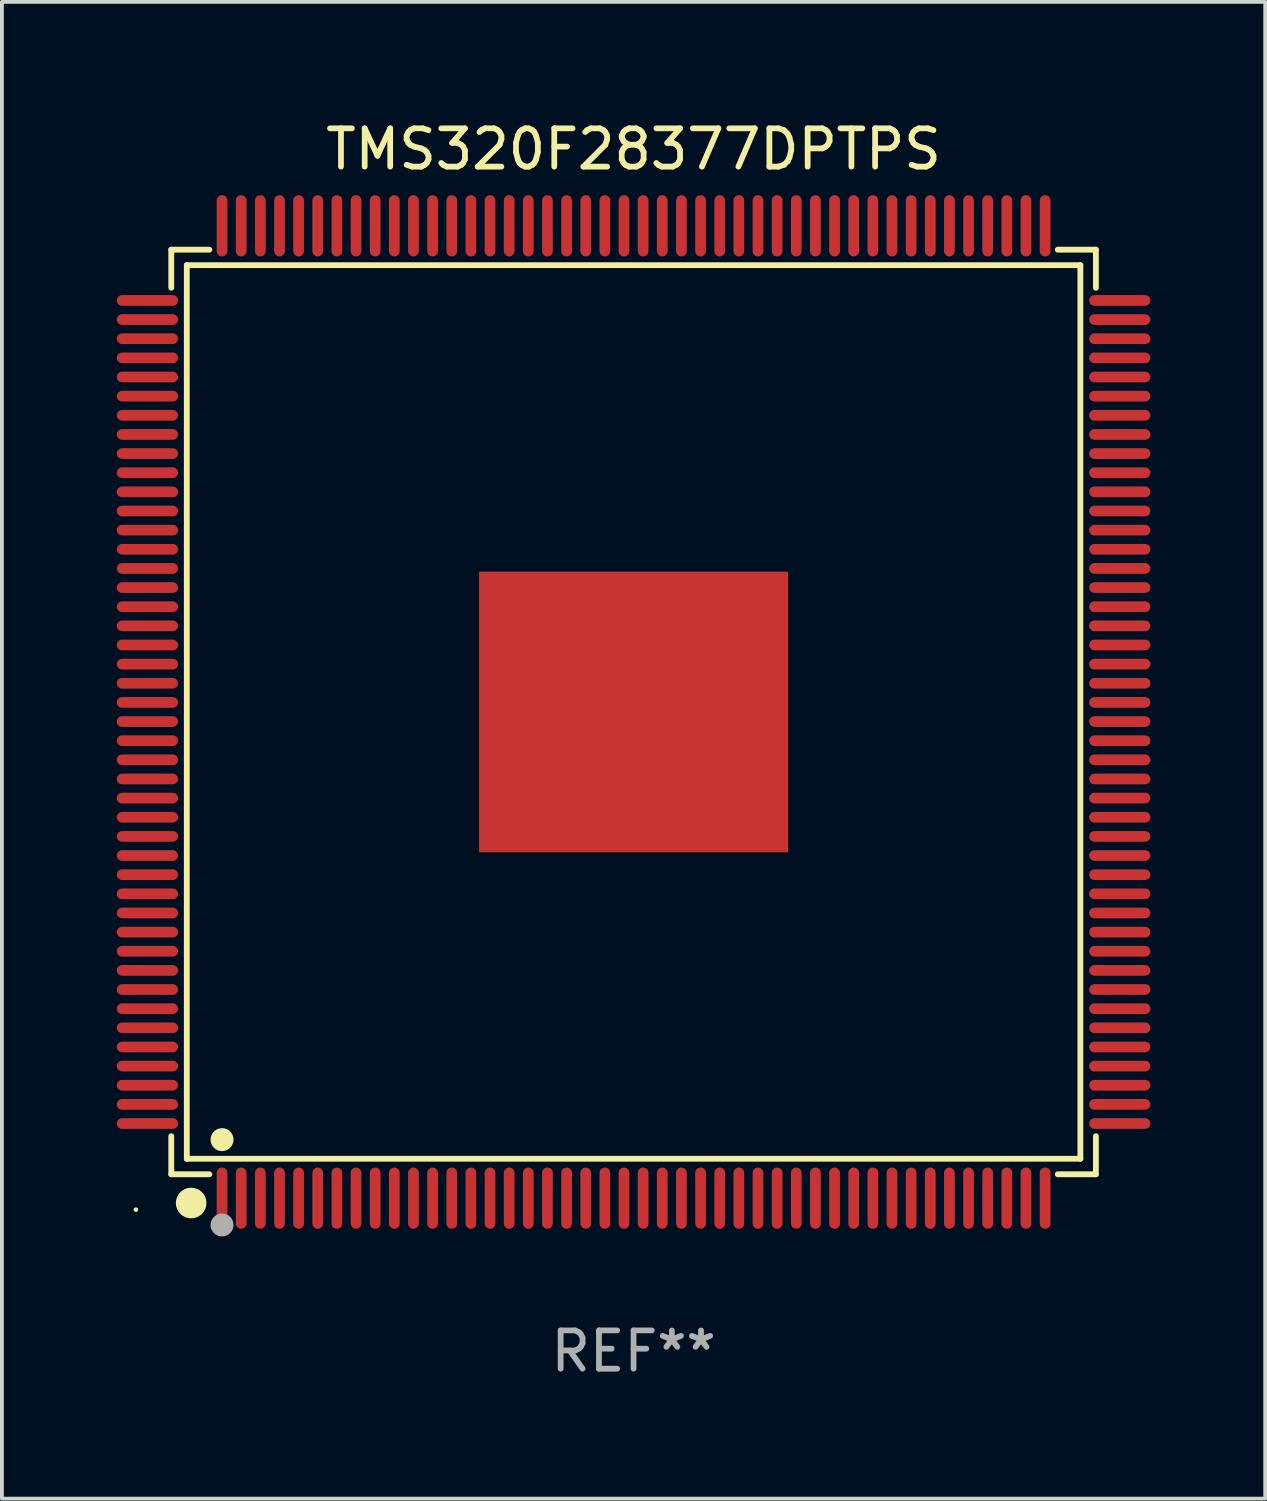
<source format=kicad_pcb>
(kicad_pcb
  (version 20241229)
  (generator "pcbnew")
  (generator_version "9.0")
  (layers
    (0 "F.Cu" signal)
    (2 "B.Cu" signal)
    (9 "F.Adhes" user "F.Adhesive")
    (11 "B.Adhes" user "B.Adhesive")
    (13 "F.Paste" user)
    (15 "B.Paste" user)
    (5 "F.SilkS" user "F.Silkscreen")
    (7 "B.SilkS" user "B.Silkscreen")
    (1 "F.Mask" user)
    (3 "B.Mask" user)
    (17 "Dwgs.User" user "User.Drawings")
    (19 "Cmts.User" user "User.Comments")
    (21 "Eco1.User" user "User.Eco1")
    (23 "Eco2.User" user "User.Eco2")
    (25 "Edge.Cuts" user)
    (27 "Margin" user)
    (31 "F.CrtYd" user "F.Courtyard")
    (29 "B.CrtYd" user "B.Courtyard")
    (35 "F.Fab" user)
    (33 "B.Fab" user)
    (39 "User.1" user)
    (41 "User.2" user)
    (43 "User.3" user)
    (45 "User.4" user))
  (footprint "TMS320F28377DPTPS"
    (layer "F.Cu")
    (at 13.5 15.548)
    (property "Reference" "TMS320F28377DPTPS" (at 0 -14.7 0) (layer "F.SilkS") (effects (font (size 1 1) (thickness 0.15))))
    (attr through_hole)
    (fp_line (start -12.076 -12.076) (end -11.081 -12.076) (stroke (width 0.152) (type solid)) (layer "F.SilkS"))
    (fp_line (start -12.076 -11.081) (end -12.076 -12.076) (stroke (width 0.152) (type solid)) (layer "F.SilkS"))
    (fp_line (start -12.076 11.081) (end -12.076 12.076) (stroke (width 0.152) (type solid)) (layer "F.SilkS"))
    (fp_line (start -12.076 12.076) (end -11.081 12.076) (stroke (width 0.152) (type solid)) (layer "F.SilkS"))
    (fp_line (start -11.671 -11.671) (end 11.671 -11.671) (stroke (width 0.152) (type solid)) (layer "F.SilkS"))
    (fp_line (start -11.671 11.671) (end -11.671 -11.671) (stroke (width 0.152) (type solid)) (layer "F.SilkS"))
    (fp_line (start 11.671 -11.671) (end 11.671 11.671) (stroke (width 0.152) (type solid)) (layer "F.SilkS"))
    (fp_line (start 11.671 11.671) (end -11.671 11.671) (stroke (width 0.152) (type solid)) (layer "F.SilkS"))
    (fp_line (start 12.076 -12.076) (end 11.081 -12.076) (stroke (width 0.152) (type solid)) (layer "F.SilkS"))
    (fp_line (start 12.076 -11.081) (end 12.076 -12.076) (stroke (width 0.152) (type solid)) (layer "F.SilkS"))
    (fp_line (start 12.076 11.081) (end 12.076 12.076) (stroke (width 0.152) (type solid)) (layer "F.SilkS"))
    (fp_line (start 12.076 12.076) (end 11.081 12.076) (stroke (width 0.152) (type solid)) (layer "F.SilkS"))
    (fp_circle (center -13 13) (end -12.97 13) (stroke (width 0.06) (type solid)) (fill no) (layer "F.SilkS"))
    (fp_circle (center -11.557 12.827) (end -11.357 12.827) (stroke (width 0.4) (type solid)) (fill no) (layer "F.SilkS"))
    (fp_circle (center -10.75 11.171) (end -10.6 11.171) (stroke (width 0.3) (type solid)) (fill no) (layer "F.SilkS"))
    (fp_circle (center -10.75 13.4) (end -10.6 13.4) (stroke (width 0.3) (type solid)) (fill no) (layer "F.Fab"))
    (fp_text user "REF**" (at 0 16.7 0) (layer "F.Fab") (effects (font (size 1 1) (thickness 0.15))))
    (pad "1" smd oval (at -10.75 12.7) (size 0.28 1.6) (layers "F.Cu" "F.Mask" "F.Paste"))
    (pad "2" smd oval (at -10.25 12.7) (size 0.28 1.6) (layers "F.Cu" "F.Mask" "F.Paste"))
    (pad "3" smd oval (at -9.75 12.7) (size 0.28 1.6) (layers "F.Cu" "F.Mask" "F.Paste"))
    (pad "4" smd oval (at -9.25 12.7) (size 0.28 1.6) (layers "F.Cu" "F.Mask" "F.Paste"))
    (pad "5" smd oval (at -8.75 12.7) (size 0.28 1.6) (layers "F.Cu" "F.Mask" "F.Paste"))
    (pad "6" smd oval (at -8.25 12.7) (size 0.28 1.6) (layers "F.Cu" "F.Mask" "F.Paste"))
    (pad "7" smd oval (at -7.75 12.7) (size 0.28 1.6) (layers "F.Cu" "F.Mask" "F.Paste"))
    (pad "8" smd oval (at -7.25 12.7) (size 0.28 1.6) (layers "F.Cu" "F.Mask" "F.Paste"))
    (pad "9" smd oval (at -6.75 12.7) (size 0.28 1.6) (layers "F.Cu" "F.Mask" "F.Paste"))
    (pad "10" smd oval (at -6.25 12.7) (size 0.28 1.6) (layers "F.Cu" "F.Mask" "F.Paste"))
    (pad "11" smd oval (at -5.75 12.7) (size 0.28 1.6) (layers "F.Cu" "F.Mask" "F.Paste"))
    (pad "12" smd oval (at -5.25 12.7) (size 0.28 1.6) (layers "F.Cu" "F.Mask" "F.Paste"))
    (pad "13" smd oval (at -4.75 12.7) (size 0.28 1.6) (layers "F.Cu" "F.Mask" "F.Paste"))
    (pad "14" smd oval (at -4.25 12.7) (size 0.28 1.6) (layers "F.Cu" "F.Mask" "F.Paste"))
    (pad "15" smd oval (at -3.75 12.7) (size 0.28 1.6) (layers "F.Cu" "F.Mask" "F.Paste"))
    (pad "16" smd oval (at -3.25 12.7) (size 0.28 1.6) (layers "F.Cu" "F.Mask" "F.Paste"))
    (pad "17" smd oval (at -2.75 12.7) (size 0.28 1.6) (layers "F.Cu" "F.Mask" "F.Paste"))
    (pad "18" smd oval (at -2.25 12.7) (size 0.28 1.6) (layers "F.Cu" "F.Mask" "F.Paste"))
    (pad "19" smd oval (at -1.75 12.7) (size 0.28 1.6) (layers "F.Cu" "F.Mask" "F.Paste"))
    (pad "20" smd oval (at -1.25 12.7) (size 0.28 1.6) (layers "F.Cu" "F.Mask" "F.Paste"))
    (pad "21" smd oval (at -0.75 12.7) (size 0.28 1.6) (layers "F.Cu" "F.Mask" "F.Paste"))
    (pad "22" smd oval (at -0.25 12.7) (size 0.28 1.6) (layers "F.Cu" "F.Mask" "F.Paste"))
    (pad "23" smd oval (at 0.25 12.7) (size 0.28 1.6) (layers "F.Cu" "F.Mask" "F.Paste"))
    (pad "24" smd oval (at 0.75 12.7) (size 0.28 1.6) (layers "F.Cu" "F.Mask" "F.Paste"))
    (pad "25" smd oval (at 1.25 12.7) (size 0.28 1.6) (layers "F.Cu" "F.Mask" "F.Paste"))
    (pad "26" smd oval (at 1.75 12.7) (size 0.28 1.6) (layers "F.Cu" "F.Mask" "F.Paste"))
    (pad "27" smd oval (at 2.25 12.7) (size 0.28 1.6) (layers "F.Cu" "F.Mask" "F.Paste"))
    (pad "28" smd oval (at 2.75 12.7) (size 0.28 1.6) (layers "F.Cu" "F.Mask" "F.Paste"))
    (pad "29" smd oval (at 3.25 12.7) (size 0.28 1.6) (layers "F.Cu" "F.Mask" "F.Paste"))
    (pad "30" smd oval (at 3.75 12.7) (size 0.28 1.6) (layers "F.Cu" "F.Mask" "F.Paste"))
    (pad "31" smd oval (at 4.25 12.7) (size 0.28 1.6) (layers "F.Cu" "F.Mask" "F.Paste"))
    (pad "32" smd oval (at 4.75 12.7) (size 0.28 1.6) (layers "F.Cu" "F.Mask" "F.Paste"))
    (pad "33" smd oval (at 5.25 12.7) (size 0.28 1.6) (layers "F.Cu" "F.Mask" "F.Paste"))
    (pad "34" smd oval (at 5.75 12.7) (size 0.28 1.6) (layers "F.Cu" "F.Mask" "F.Paste"))
    (pad "35" smd oval (at 6.25 12.7) (size 0.28 1.6) (layers "F.Cu" "F.Mask" "F.Paste"))
    (pad "36" smd oval (at 6.75 12.7) (size 0.28 1.6) (layers "F.Cu" "F.Mask" "F.Paste"))
    (pad "37" smd oval (at 7.25 12.7) (size 0.28 1.6) (layers "F.Cu" "F.Mask" "F.Paste"))
    (pad "38" smd oval (at 7.75 12.7) (size 0.28 1.6) (layers "F.Cu" "F.Mask" "F.Paste"))
    (pad "39" smd oval (at 8.25 12.7) (size 0.28 1.6) (layers "F.Cu" "F.Mask" "F.Paste"))
    (pad "40" smd oval (at 8.75 12.7) (size 0.28 1.6) (layers "F.Cu" "F.Mask" "F.Paste"))
    (pad "41" smd oval (at 9.25 12.7) (size 0.28 1.6) (layers "F.Cu" "F.Mask" "F.Paste"))
    (pad "42" smd oval (at 9.75 12.7) (size 0.28 1.6) (layers "F.Cu" "F.Mask" "F.Paste"))
    (pad "43" smd oval (at 10.25 12.7) (size 0.28 1.6) (layers "F.Cu" "F.Mask" "F.Paste"))
    (pad "44" smd oval (at 10.75 12.7) (size 0.28 1.6) (layers "F.Cu" "F.Mask" "F.Paste"))
    (pad "45" smd oval (at 12.7 10.75) (size 1.6 0.28) (layers "F.Cu" "F.Mask" "F.Paste"))
    (pad "46" smd oval (at 12.7 10.25) (size 1.6 0.28) (layers "F.Cu" "F.Mask" "F.Paste"))
    (pad "47" smd oval (at 12.7 9.75) (size 1.6 0.28) (layers "F.Cu" "F.Mask" "F.Paste"))
    (pad "48" smd oval (at 12.7 9.25) (size 1.6 0.28) (layers "F.Cu" "F.Mask" "F.Paste"))
    (pad "49" smd oval (at 12.7 8.75) (size 1.6 0.28) (layers "F.Cu" "F.Mask" "F.Paste"))
    (pad "50" smd oval (at 12.7 8.25) (size 1.6 0.28) (layers "F.Cu" "F.Mask" "F.Paste"))
    (pad "51" smd oval (at 12.7 7.75) (size 1.6 0.28) (layers "F.Cu" "F.Mask" "F.Paste"))
    (pad "52" smd oval (at 12.7 7.25) (size 1.6 0.28) (layers "F.Cu" "F.Mask" "F.Paste"))
    (pad "53" smd oval (at 12.7 6.75) (size 1.6 0.28) (layers "F.Cu" "F.Mask" "F.Paste"))
    (pad "54" smd oval (at 12.7 6.25) (size 1.6 0.28) (layers "F.Cu" "F.Mask" "F.Paste"))
    (pad "55" smd oval (at 12.7 5.75) (size 1.6 0.28) (layers "F.Cu" "F.Mask" "F.Paste"))
    (pad "56" smd oval (at 12.7 5.25) (size 1.6 0.28) (layers "F.Cu" "F.Mask" "F.Paste"))
    (pad "57" smd oval (at 12.7 4.75) (size 1.6 0.28) (layers "F.Cu" "F.Mask" "F.Paste"))
    (pad "58" smd oval (at 12.7 4.25) (size 1.6 0.28) (layers "F.Cu" "F.Mask" "F.Paste"))
    (pad "59" smd oval (at 12.7 3.75) (size 1.6 0.28) (layers "F.Cu" "F.Mask" "F.Paste"))
    (pad "60" smd oval (at 12.7 3.25) (size 1.6 0.28) (layers "F.Cu" "F.Mask" "F.Paste"))
    (pad "61" smd oval (at 12.7 2.75) (size 1.6 0.28) (layers "F.Cu" "F.Mask" "F.Paste"))
    (pad "62" smd oval (at 12.7 2.25) (size 1.6 0.28) (layers "F.Cu" "F.Mask" "F.Paste"))
    (pad "63" smd oval (at 12.7 1.75) (size 1.6 0.28) (layers "F.Cu" "F.Mask" "F.Paste"))
    (pad "64" smd oval (at 12.7 1.25) (size 1.6 0.28) (layers "F.Cu" "F.Mask" "F.Paste"))
    (pad "65" smd oval (at 12.7 0.75) (size 1.6 0.28) (layers "F.Cu" "F.Mask" "F.Paste"))
    (pad "66" smd oval (at 12.7 0.25) (size 1.6 0.28) (layers "F.Cu" "F.Mask" "F.Paste"))
    (pad "67" smd oval (at 12.7 -0.25) (size 1.6 0.28) (layers "F.Cu" "F.Mask" "F.Paste"))
    (pad "68" smd oval (at 12.7 -0.75) (size 1.6 0.28) (layers "F.Cu" "F.Mask" "F.Paste"))
    (pad "69" smd oval (at 12.7 -1.25) (size 1.6 0.28) (layers "F.Cu" "F.Mask" "F.Paste"))
    (pad "70" smd oval (at 12.7 -1.75) (size 1.6 0.28) (layers "F.Cu" "F.Mask" "F.Paste"))
    (pad "71" smd oval (at 12.7 -2.25) (size 1.6 0.28) (layers "F.Cu" "F.Mask" "F.Paste"))
    (pad "72" smd oval (at 12.7 -2.75) (size 1.6 0.28) (layers "F.Cu" "F.Mask" "F.Paste"))
    (pad "73" smd oval (at 12.7 -3.25) (size 1.6 0.28) (layers "F.Cu" "F.Mask" "F.Paste"))
    (pad "74" smd oval (at 12.7 -3.75) (size 1.6 0.28) (layers "F.Cu" "F.Mask" "F.Paste"))
    (pad "75" smd oval (at 12.7 -4.25) (size 1.6 0.28) (layers "F.Cu" "F.Mask" "F.Paste"))
    (pad "76" smd oval (at 12.7 -4.75) (size 1.6 0.28) (layers "F.Cu" "F.Mask" "F.Paste"))
    (pad "77" smd oval (at 12.7 -5.25) (size 1.6 0.28) (layers "F.Cu" "F.Mask" "F.Paste"))
    (pad "78" smd oval (at 12.7 -5.75) (size 1.6 0.28) (layers "F.Cu" "F.Mask" "F.Paste"))
    (pad "79" smd oval (at 12.7 -6.25) (size 1.6 0.28) (layers "F.Cu" "F.Mask" "F.Paste"))
    (pad "80" smd oval (at 12.7 -6.75) (size 1.6 0.28) (layers "F.Cu" "F.Mask" "F.Paste"))
    (pad "81" smd oval (at 12.7 -7.25) (size 1.6 0.28) (layers "F.Cu" "F.Mask" "F.Paste"))
    (pad "82" smd oval (at 12.7 -7.75) (size 1.6 0.28) (layers "F.Cu" "F.Mask" "F.Paste"))
    (pad "83" smd oval (at 12.7 -8.25) (size 1.6 0.28) (layers "F.Cu" "F.Mask" "F.Paste"))
    (pad "84" smd oval (at 12.7 -8.75) (size 1.6 0.28) (layers "F.Cu" "F.Mask" "F.Paste"))
    (pad "85" smd oval (at 12.7 -9.25) (size 1.6 0.28) (layers "F.Cu" "F.Mask" "F.Paste"))
    (pad "86" smd oval (at 12.7 -9.75) (size 1.6 0.28) (layers "F.Cu" "F.Mask" "F.Paste"))
    (pad "87" smd oval (at 12.7 -10.25) (size 1.6 0.28) (layers "F.Cu" "F.Mask" "F.Paste"))
    (pad "88" smd oval (at 12.7 -10.75) (size 1.6 0.28) (layers "F.Cu" "F.Mask" "F.Paste"))
    (pad "89" smd oval (at 10.75 -12.7) (size 0.28 1.6) (layers "F.Cu" "F.Mask" "F.Paste"))
    (pad "90" smd oval (at 10.25 -12.7) (size 0.28 1.6) (layers "F.Cu" "F.Mask" "F.Paste"))
    (pad "91" smd oval (at 9.75 -12.7) (size 0.28 1.6) (layers "F.Cu" "F.Mask" "F.Paste"))
    (pad "92" smd oval (at 9.25 -12.7) (size 0.28 1.6) (layers "F.Cu" "F.Mask" "F.Paste"))
    (pad "93" smd oval (at 8.75 -12.7) (size 0.28 1.6) (layers "F.Cu" "F.Mask" "F.Paste"))
    (pad "94" smd oval (at 8.25 -12.7) (size 0.28 1.6) (layers "F.Cu" "F.Mask" "F.Paste"))
    (pad "95" smd oval (at 7.75 -12.7) (size 0.28 1.6) (layers "F.Cu" "F.Mask" "F.Paste"))
    (pad "96" smd oval (at 7.25 -12.7) (size 0.28 1.6) (layers "F.Cu" "F.Mask" "F.Paste"))
    (pad "97" smd oval (at 6.75 -12.7) (size 0.28 1.6) (layers "F.Cu" "F.Mask" "F.Paste"))
    (pad "98" smd oval (at 6.25 -12.7) (size 0.28 1.6) (layers "F.Cu" "F.Mask" "F.Paste"))
    (pad "99" smd oval (at 5.75 -12.7) (size 0.28 1.6) (layers "F.Cu" "F.Mask" "F.Paste"))
    (pad "100" smd oval (at 5.25 -12.7) (size 0.28 1.6) (layers "F.Cu" "F.Mask" "F.Paste"))
    (pad "101" smd oval (at 4.75 -12.7) (size 0.28 1.6) (layers "F.Cu" "F.Mask" "F.Paste"))
    (pad "102" smd oval (at 4.25 -12.7) (size 0.28 1.6) (layers "F.Cu" "F.Mask" "F.Paste"))
    (pad "103" smd oval (at 3.75 -12.7) (size 0.28 1.6) (layers "F.Cu" "F.Mask" "F.Paste"))
    (pad "104" smd oval (at 3.25 -12.7) (size 0.28 1.6) (layers "F.Cu" "F.Mask" "F.Paste"))
    (pad "105" smd oval (at 2.75 -12.7) (size 0.28 1.6) (layers "F.Cu" "F.Mask" "F.Paste"))
    (pad "106" smd oval (at 2.25 -12.7) (size 0.28 1.6) (layers "F.Cu" "F.Mask" "F.Paste"))
    (pad "107" smd oval (at 1.75 -12.7) (size 0.28 1.6) (layers "F.Cu" "F.Mask" "F.Paste"))
    (pad "108" smd oval (at 1.25 -12.7) (size 0.28 1.6) (layers "F.Cu" "F.Mask" "F.Paste"))
    (pad "109" smd oval (at 0.75 -12.7) (size 0.28 1.6) (layers "F.Cu" "F.Mask" "F.Paste"))
    (pad "110" smd oval (at 0.25 -12.7) (size 0.28 1.6) (layers "F.Cu" "F.Mask" "F.Paste"))
    (pad "111" smd oval (at -0.25 -12.7) (size 0.28 1.6) (layers "F.Cu" "F.Mask" "F.Paste"))
    (pad "112" smd oval (at -0.75 -12.7) (size 0.28 1.6) (layers "F.Cu" "F.Mask" "F.Paste"))
    (pad "113" smd oval (at -1.25 -12.7) (size 0.28 1.6) (layers "F.Cu" "F.Mask" "F.Paste"))
    (pad "114" smd oval (at -1.75 -12.7) (size 0.28 1.6) (layers "F.Cu" "F.Mask" "F.Paste"))
    (pad "115" smd oval (at -2.25 -12.7) (size 0.28 1.6) (layers "F.Cu" "F.Mask" "F.Paste"))
    (pad "116" smd oval (at -2.75 -12.7) (size 0.28 1.6) (layers "F.Cu" "F.Mask" "F.Paste"))
    (pad "117" smd oval (at -3.25 -12.7) (size 0.28 1.6) (layers "F.Cu" "F.Mask" "F.Paste"))
    (pad "118" smd oval (at -3.75 -12.7) (size 0.28 1.6) (layers "F.Cu" "F.Mask" "F.Paste"))
    (pad "119" smd oval (at -4.25 -12.7) (size 0.28 1.6) (layers "F.Cu" "F.Mask" "F.Paste"))
    (pad "120" smd oval (at -4.75 -12.7) (size 0.28 1.6) (layers "F.Cu" "F.Mask" "F.Paste"))
    (pad "121" smd oval (at -5.25 -12.7) (size 0.28 1.6) (layers "F.Cu" "F.Mask" "F.Paste"))
    (pad "122" smd oval (at -5.75 -12.7) (size 0.28 1.6) (layers "F.Cu" "F.Mask" "F.Paste"))
    (pad "123" smd oval (at -6.25 -12.7) (size 0.28 1.6) (layers "F.Cu" "F.Mask" "F.Paste"))
    (pad "124" smd oval (at -6.75 -12.7) (size 0.28 1.6) (layers "F.Cu" "F.Mask" "F.Paste"))
    (pad "125" smd oval (at -7.25 -12.7) (size 0.28 1.6) (layers "F.Cu" "F.Mask" "F.Paste"))
    (pad "126" smd oval (at -7.75 -12.7) (size 0.28 1.6) (layers "F.Cu" "F.Mask" "F.Paste"))
    (pad "127" smd oval (at -8.25 -12.7) (size 0.28 1.6) (layers "F.Cu" "F.Mask" "F.Paste"))
    (pad "128" smd oval (at -8.75 -12.7) (size 0.28 1.6) (layers "F.Cu" "F.Mask" "F.Paste"))
    (pad "129" smd oval (at -9.25 -12.7) (size 0.28 1.6) (layers "F.Cu" "F.Mask" "F.Paste"))
    (pad "130" smd oval (at -9.75 -12.7) (size 0.28 1.6) (layers "F.Cu" "F.Mask" "F.Paste"))
    (pad "131" smd oval (at -10.25 -12.7) (size 0.28 1.6) (layers "F.Cu" "F.Mask" "F.Paste"))
    (pad "132" smd oval (at -10.75 -12.7) (size 0.28 1.6) (layers "F.Cu" "F.Mask" "F.Paste"))
    (pad "133" smd oval (at -12.7 -10.75) (size 1.6 0.28) (layers "F.Cu" "F.Mask" "F.Paste"))
    (pad "134" smd oval (at -12.7 -10.25) (size 1.6 0.28) (layers "F.Cu" "F.Mask" "F.Paste"))
    (pad "135" smd oval (at -12.7 -9.75) (size 1.6 0.28) (layers "F.Cu" "F.Mask" "F.Paste"))
    (pad "136" smd oval (at -12.7 -9.25) (size 1.6 0.28) (layers "F.Cu" "F.Mask" "F.Paste"))
    (pad "137" smd oval (at -12.7 -8.75) (size 1.6 0.28) (layers "F.Cu" "F.Mask" "F.Paste"))
    (pad "138" smd oval (at -12.7 -8.25) (size 1.6 0.28) (layers "F.Cu" "F.Mask" "F.Paste"))
    (pad "139" smd oval (at -12.7 -7.75) (size 1.6 0.28) (layers "F.Cu" "F.Mask" "F.Paste"))
    (pad "140" smd oval (at -12.7 -7.25) (size 1.6 0.28) (layers "F.Cu" "F.Mask" "F.Paste"))
    (pad "141" smd oval (at -12.7 -6.75) (size 1.6 0.28) (layers "F.Cu" "F.Mask" "F.Paste"))
    (pad "142" smd oval (at -12.7 -6.25) (size 1.6 0.28) (layers "F.Cu" "F.Mask" "F.Paste"))
    (pad "143" smd oval (at -12.7 -5.75) (size 1.6 0.28) (layers "F.Cu" "F.Mask" "F.Paste"))
    (pad "144" smd oval (at -12.7 -5.25) (size 1.6 0.28) (layers "F.Cu" "F.Mask" "F.Paste"))
    (pad "145" smd oval (at -12.7 -4.75) (size 1.6 0.28) (layers "F.Cu" "F.Mask" "F.Paste"))
    (pad "146" smd oval (at -12.7 -4.25) (size 1.6 0.28) (layers "F.Cu" "F.Mask" "F.Paste"))
    (pad "147" smd oval (at -12.7 -3.75) (size 1.6 0.28) (layers "F.Cu" "F.Mask" "F.Paste"))
    (pad "148" smd oval (at -12.7 -3.25) (size 1.6 0.28) (layers "F.Cu" "F.Mask" "F.Paste"))
    (pad "149" smd oval (at -12.7 -2.75) (size 1.6 0.28) (layers "F.Cu" "F.Mask" "F.Paste"))
    (pad "150" smd oval (at -12.7 -2.25) (size 1.6 0.28) (layers "F.Cu" "F.Mask" "F.Paste"))
    (pad "151" smd oval (at -12.7 -1.75) (size 1.6 0.28) (layers "F.Cu" "F.Mask" "F.Paste"))
    (pad "152" smd oval (at -12.7 -1.25) (size 1.6 0.28) (layers "F.Cu" "F.Mask" "F.Paste"))
    (pad "153" smd oval (at -12.7 -0.75) (size 1.6 0.28) (layers "F.Cu" "F.Mask" "F.Paste"))
    (pad "154" smd oval (at -12.7 -0.25) (size 1.6 0.28) (layers "F.Cu" "F.Mask" "F.Paste"))
    (pad "155" smd oval (at -12.7 0.25) (size 1.6 0.28) (layers "F.Cu" "F.Mask" "F.Paste"))
    (pad "156" smd oval (at -12.7 0.75) (size 1.6 0.28) (layers "F.Cu" "F.Mask" "F.Paste"))
    (pad "157" smd oval (at -12.7 1.25) (size 1.6 0.28) (layers "F.Cu" "F.Mask" "F.Paste"))
    (pad "158" smd oval (at -12.7 1.75) (size 1.6 0.28) (layers "F.Cu" "F.Mask" "F.Paste"))
    (pad "159" smd oval (at -12.7 2.25) (size 1.6 0.28) (layers "F.Cu" "F.Mask" "F.Paste"))
    (pad "160" smd oval (at -12.7 2.75) (size 1.6 0.28) (layers "F.Cu" "F.Mask" "F.Paste"))
    (pad "161" smd oval (at -12.7 3.25) (size 1.6 0.28) (layers "F.Cu" "F.Mask" "F.Paste"))
    (pad "162" smd oval (at -12.7 3.75) (size 1.6 0.28) (layers "F.Cu" "F.Mask" "F.Paste"))
    (pad "163" smd oval (at -12.7 4.25) (size 1.6 0.28) (layers "F.Cu" "F.Mask" "F.Paste"))
    (pad "164" smd oval (at -12.7 4.75) (size 1.6 0.28) (layers "F.Cu" "F.Mask" "F.Paste"))
    (pad "165" smd oval (at -12.7 5.25) (size 1.6 0.28) (layers "F.Cu" "F.Mask" "F.Paste"))
    (pad "166" smd oval (at -12.7 5.75) (size 1.6 0.28) (layers "F.Cu" "F.Mask" "F.Paste"))
    (pad "167" smd oval (at -12.7 6.25) (size 1.6 0.28) (layers "F.Cu" "F.Mask" "F.Paste"))
    (pad "168" smd oval (at -12.7 6.75) (size 1.6 0.28) (layers "F.Cu" "F.Mask" "F.Paste"))
    (pad "169" smd oval (at -12.7 7.25) (size 1.6 0.28) (layers "F.Cu" "F.Mask" "F.Paste"))
    (pad "170" smd oval (at -12.7 7.75) (size 1.6 0.28) (layers "F.Cu" "F.Mask" "F.Paste"))
    (pad "171" smd oval (at -12.7 8.25) (size 1.6 0.28) (layers "F.Cu" "F.Mask" "F.Paste"))
    (pad "172" smd oval (at -12.7 8.75) (size 1.6 0.28) (layers "F.Cu" "F.Mask" "F.Paste"))
    (pad "173" smd oval (at -12.7 9.25) (size 1.6 0.28) (layers "F.Cu" "F.Mask" "F.Paste"))
    (pad "174" smd oval (at -12.7 9.75) (size 1.6 0.28) (layers "F.Cu" "F.Mask" "F.Paste"))
    (pad "175" smd oval (at -12.7 10.25) (size 1.6 0.28) (layers "F.Cu" "F.Mask" "F.Paste"))
    (pad "176" smd oval (at -12.7 10.75) (size 1.6 0.28) (layers "F.Cu" "F.Mask" "F.Paste"))
    (pad "177" smd rect (at 0 0) (size 8.07 7.33) (layers "F.Cu" "F.Mask" "F.Paste")))
  (gr_rect
    (start -3 -3)
    (end 30 36.097)
    (stroke (width 0.1) (type default))
    (fill no)
    (layer "Edge.Cuts")))
</source>
